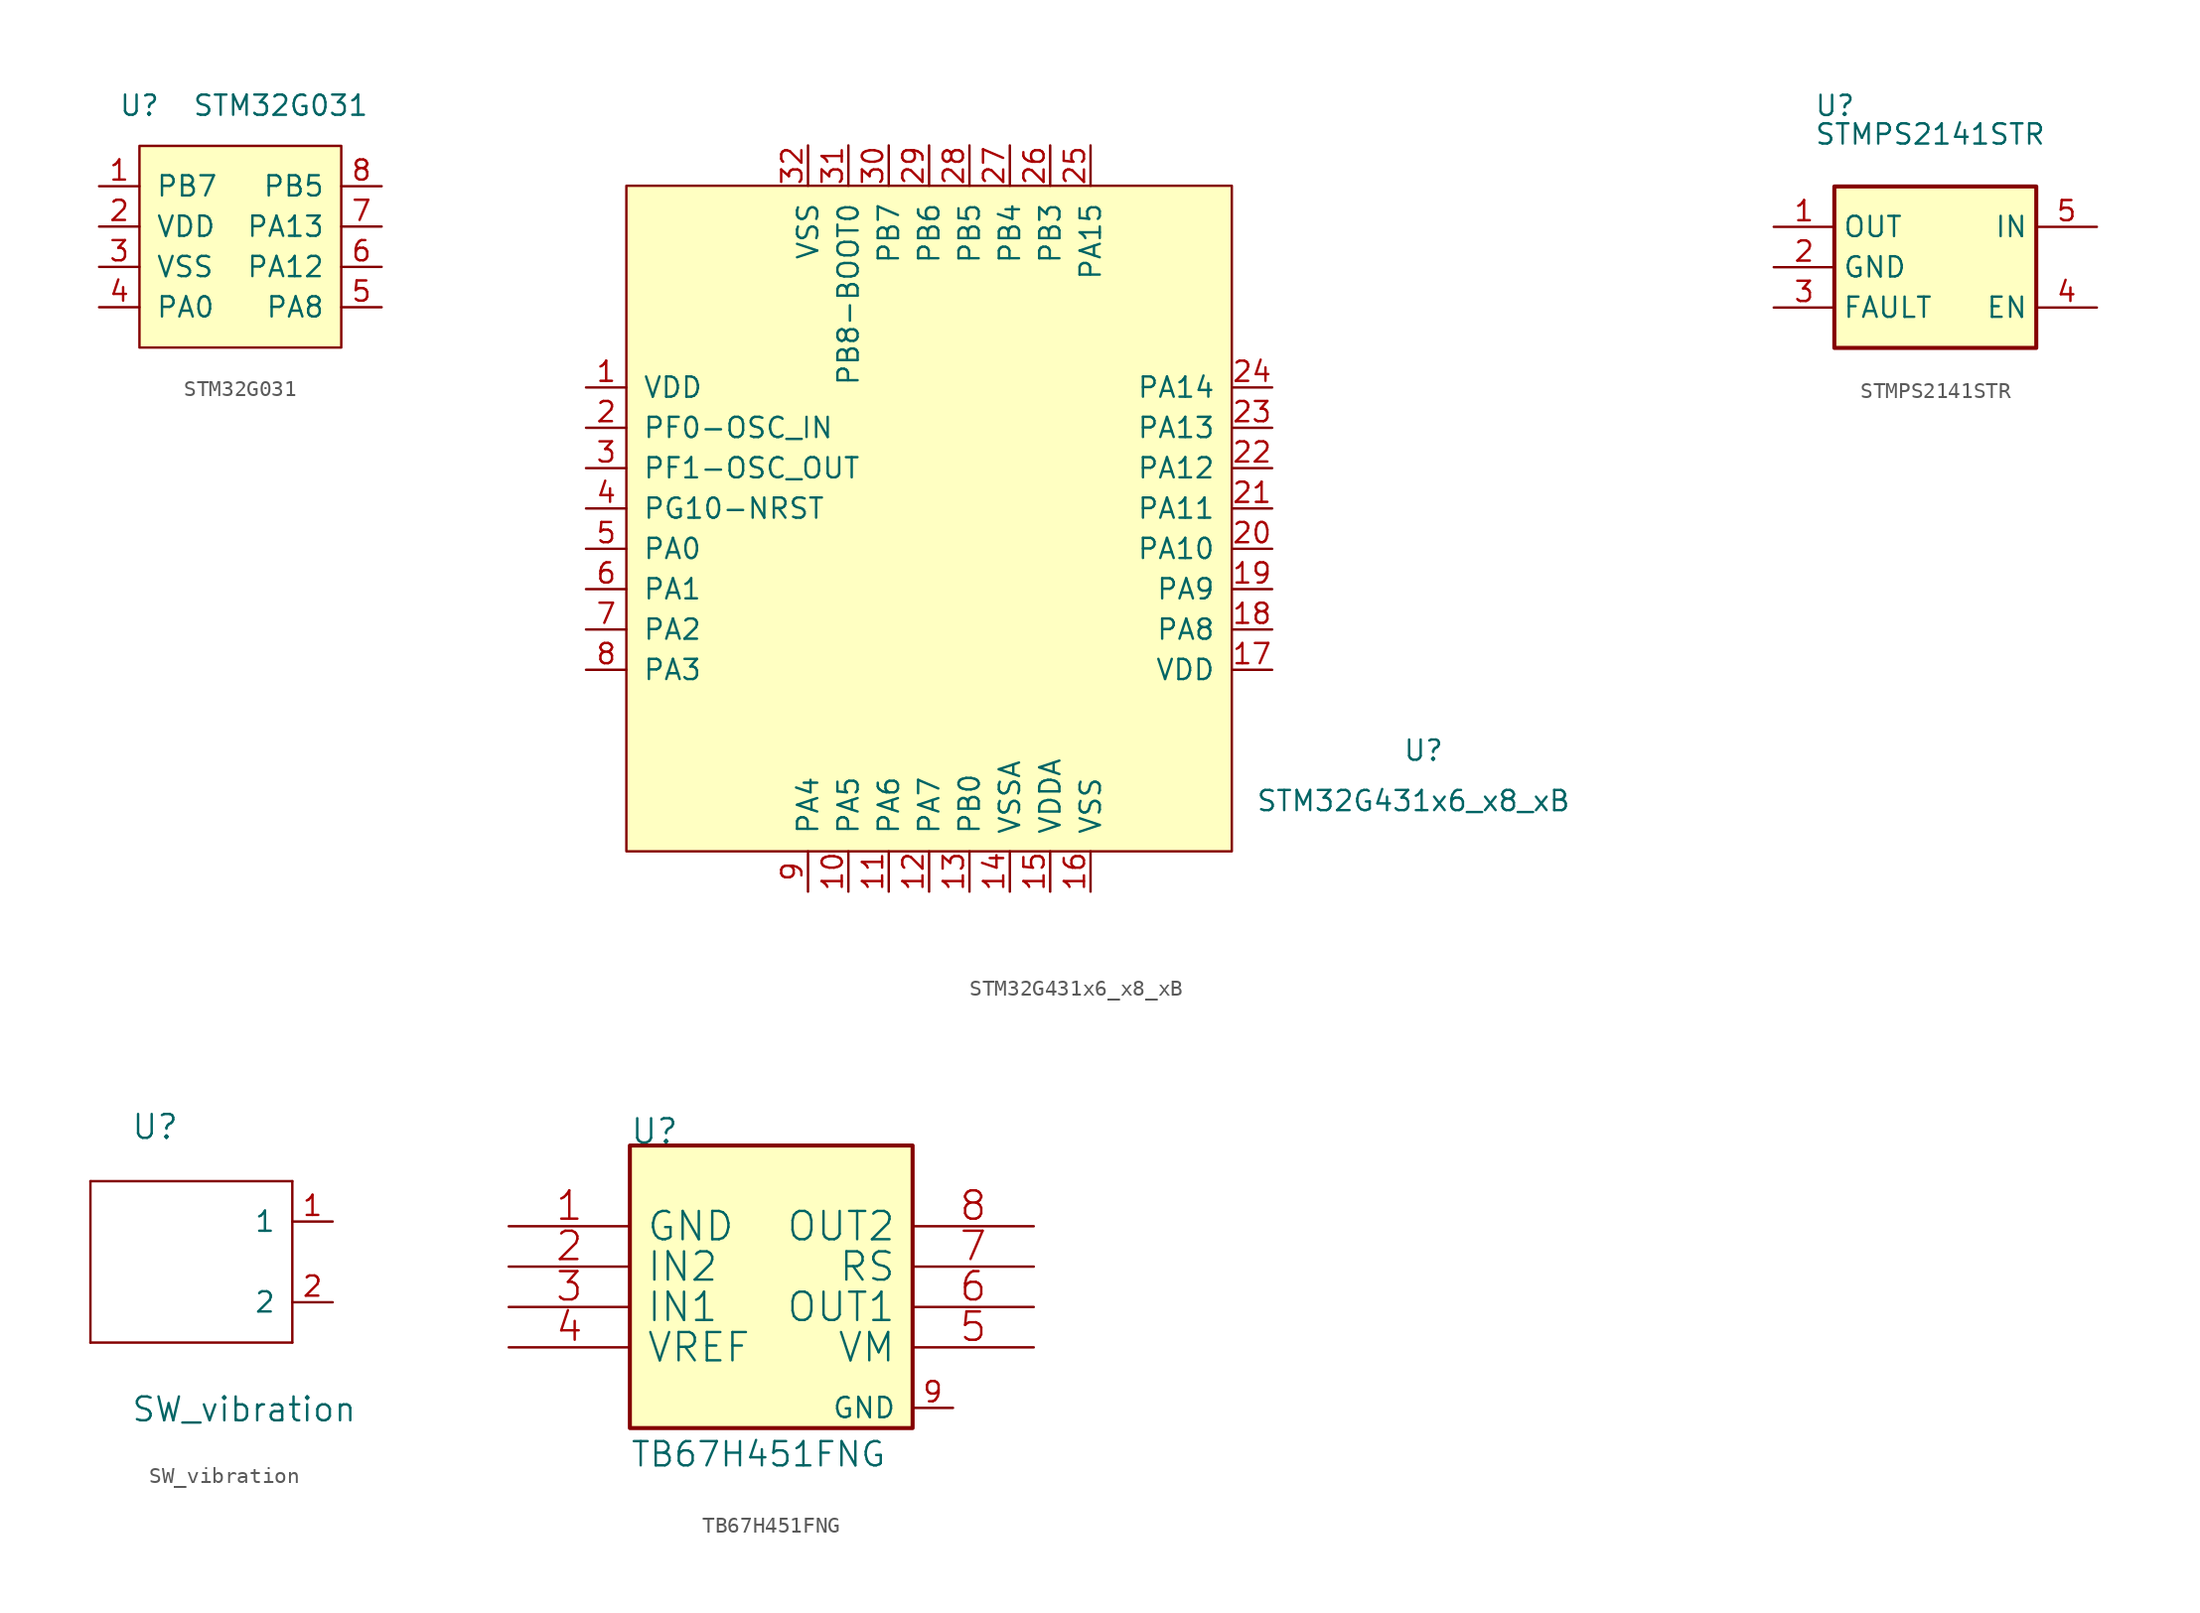
<source format=kicad_sym>
(kicad_symbol_lib
  (version 20201005)
  (generator kicad_symbol_editor)
  (symbol "mSchLibrary:STM32G031"
    (pin_names
      (offset 1.016))
    (property "Reference" "U"
      (at -6.35 8.89 0)
      (effects (font (size 1.27 1.27))))
    (property "Value" "STM32G031"
      (at 2.54 8.89 0)
      (effects (font (size 1.27 1.27))))
    (symbol "STM32G031_0_0"
      (pin unspecified line (at -8.89 3.81 0) (length 2.54) (name "PB7" (effects (font (size 1.27 1.27)))) (number "1" (effects (font (size 1.27 1.27)))))
      (pin power_in line (at -8.89 1.27 0) (length 2.54) (name "VDD" (effects (font (size 1.27 1.27)))) (number "2" (effects (font (size 1.27 1.27)))))
      (pin power_in line (at -8.89 -1.27 0) (length 2.54) (name "VSS" (effects (font (size 1.27 1.27)))) (number "3" (effects (font (size 1.27 1.27)))))
      (pin unspecified line (at -8.89 -3.81 0) (length 2.54) (name "PA0" (effects (font (size 1.27 1.27)))) (number "4" (effects (font (size 1.27 1.27)))))
      (pin unspecified line (at 8.89 -3.81 180) (length 2.54) (name "PA8" (effects (font (size 1.27 1.27)))) (number "5" (effects (font (size 1.27 1.27)))))
      (pin unspecified line (at 8.89 -1.27 180) (length 2.54) (name "PA12" (effects (font (size 1.27 1.27)))) (number "6" (effects (font (size 1.27 1.27)))))
      (pin unspecified line (at 8.89 1.27 180) (length 2.54) (name "PA13" (effects (font (size 1.27 1.27)))) (number "7" (effects (font (size 1.27 1.27)))))
      (pin unspecified line (at 8.89 3.81 180) (length 2.54) (name "PB5" (effects (font (size 1.27 1.27)))) (number "8" (effects (font (size 1.27 1.27))))))
    (symbol "STM32G031_0_1"
      (rectangle (start -6.35 6.35) (end 6.35 -6.35) (stroke (width 0)) (fill (type background)))))
  (symbol "mSchLibrary:STM32G431x6_x8_xB"
    (pin_names
      (offset 1.016))
    (property "Reference" "U"
      (at 29.845 -13.97 0)
      (effects (font (size 1.27 1.27))))
    (property "Value" "STM32G431x6_x8_xB"
      (at 29.21 -17.145 0)
      (effects (font (size 1.27 1.27))))
    (symbol "STM32G431x6_x8_xB_0_0"
      (pin power_in line (at -22.86 8.89 0) (length 2.54) (name "VDD" (effects (font (size 1.27 1.27)))) (number "1" (effects (font (size 1.27 1.27)))))
      (pin bidirectional line (at -6.35 -22.86 90) (length 2.54) (name "PA5" (effects (font (size 1.27 1.27)))) (number "10" (effects (font (size 1.27 1.27)))))
      (pin bidirectional line (at -3.81 -22.86 90) (length 2.54) (name "PA6" (effects (font (size 1.27 1.27)))) (number "11" (effects (font (size 1.27 1.27)))))
      (pin bidirectional line (at -1.27 -22.86 90) (length 2.54) (name "PA7" (effects (font (size 1.27 1.27)))) (number "12" (effects (font (size 1.27 1.27)))))
      (pin bidirectional line (at 1.27 -22.86 90) (length 2.54) (name "PB0" (effects (font (size 1.27 1.27)))) (number "13" (effects (font (size 1.27 1.27)))))
      (pin power_in line (at 3.81 -22.86 90) (length 2.54) (name "VSSA" (effects (font (size 1.27 1.27)))) (number "14" (effects (font (size 1.27 1.27)))))
      (pin power_in line (at 6.35 -22.86 90) (length 2.54) (name "VDDA" (effects (font (size 1.27 1.27)))) (number "15" (effects (font (size 1.27 1.27)))))
      (pin power_in line (at 8.89 -22.86 90) (length 2.54) (name "VSS" (effects (font (size 1.27 1.27)))) (number "16" (effects (font (size 1.27 1.27)))))
      (pin power_in line (at 20.32 -8.89 180) (length 2.54) (name "VDD" (effects (font (size 1.27 1.27)))) (number "17" (effects (font (size 1.27 1.27)))))
      (pin bidirectional line (at 20.32 -6.35 180) (length 2.54) (name "PA8" (effects (font (size 1.27 1.27)))) (number "18" (effects (font (size 1.27 1.27)))))
      (pin bidirectional line (at 20.32 -3.81 180) (length 2.54) (name "PA9" (effects (font (size 1.27 1.27)))) (number "19" (effects (font (size 1.27 1.27)))))
      (pin bidirectional line (at -22.86 6.35 0) (length 2.54) (name "PF0-OSC_IN" (effects (font (size 1.27 1.27)))) (number "2" (effects (font (size 1.27 1.27)))))
      (pin bidirectional line (at 20.32 -1.27 180) (length 2.54) (name "PA10" (effects (font (size 1.27 1.27)))) (number "20" (effects (font (size 1.27 1.27)))))
      (pin bidirectional line (at 20.32 1.27 180) (length 2.54) (name "PA11" (effects (font (size 1.27 1.27)))) (number "21" (effects (font (size 1.27 1.27)))))
      (pin bidirectional line (at 20.32 3.81 180) (length 2.54) (name "PA12" (effects (font (size 1.27 1.27)))) (number "22" (effects (font (size 1.27 1.27)))))
      (pin bidirectional line (at 20.32 6.35 180) (length 2.54) (name "PA13" (effects (font (size 1.27 1.27)))) (number "23" (effects (font (size 1.27 1.27)))))
      (pin bidirectional line (at 20.32 8.89 180) (length 2.54) (name "PA14" (effects (font (size 1.27 1.27)))) (number "24" (effects (font (size 1.27 1.27)))))
      (pin bidirectional line (at 8.89 24.13 270) (length 2.54) (name "PA15" (effects (font (size 1.27 1.27)))) (number "25" (effects (font (size 1.27 1.27)))))
      (pin bidirectional line (at 6.35 24.13 270) (length 2.54) (name "PB3" (effects (font (size 1.27 1.27)))) (number "26" (effects (font (size 1.27 1.27)))))
      (pin bidirectional line (at 3.81 24.13 270) (length 2.54) (name "PB4" (effects (font (size 1.27 1.27)))) (number "27" (effects (font (size 1.27 1.27)))))
      (pin bidirectional line (at 1.27 24.13 270) (length 2.54) (name "PB5" (effects (font (size 1.27 1.27)))) (number "28" (effects (font (size 1.27 1.27)))))
      (pin bidirectional line (at -1.27 24.13 270) (length 2.54) (name "PB6" (effects (font (size 1.27 1.27)))) (number "29" (effects (font (size 1.27 1.27)))))
      (pin bidirectional line (at -22.86 3.81 0) (length 2.54) (name "PF1-OSC_OUT" (effects (font (size 1.27 1.27)))) (number "3" (effects (font (size 1.27 1.27)))))
      (pin bidirectional line (at -3.81 24.13 270) (length 2.54) (name "PB7" (effects (font (size 1.27 1.27)))) (number "30" (effects (font (size 1.27 1.27)))))
      (pin bidirectional line (at -6.35 24.13 270) (length 2.54) (name "PB8-BOOT0" (effects (font (size 1.27 1.27)))) (number "31" (effects (font (size 1.27 1.27)))))
      (pin power_in line (at -8.89 24.13 270) (length 2.54) (name "VSS" (effects (font (size 1.27 1.27)))) (number "32" (effects (font (size 1.27 1.27)))))
      (pin bidirectional line (at -22.86 1.27 0) (length 2.54) (name "PG10-NRST" (effects (font (size 1.27 1.27)))) (number "4" (effects (font (size 1.27 1.27)))))
      (pin bidirectional line (at -22.86 -1.27 0) (length 2.54) (name "PA0" (effects (font (size 1.27 1.27)))) (number "5" (effects (font (size 1.27 1.27)))))
      (pin bidirectional line (at -22.86 -3.81 0) (length 2.54) (name "PA1" (effects (font (size 1.27 1.27)))) (number "6" (effects (font (size 1.27 1.27)))))
      (pin bidirectional line (at -22.86 -6.35 0) (length 2.54) (name "PA2" (effects (font (size 1.27 1.27)))) (number "7" (effects (font (size 1.27 1.27)))))
      (pin bidirectional line (at -22.86 -8.89 0) (length 2.54) (name "PA3" (effects (font (size 1.27 1.27)))) (number "8" (effects (font (size 1.27 1.27)))))
      (pin bidirectional line (at -8.89 -22.86 90) (length 2.54) (name "PA4" (effects (font (size 1.27 1.27)))) (number "9" (effects (font (size 1.27 1.27))))))
    (symbol "STM32G431x6_x8_xB_0_1"
      (rectangle (start -20.32 21.59) (end 17.78 -20.32) (stroke (width 0)) (fill (type background)))))
  (symbol "mSchLibrary:STMPS2141STR"
    (property "Reference" "U"
      (at -7.62 10.16 0)
      (effects (font (size 1.27 1.27)) (justify left)))
    (property "Value" "STMPS2141STR"
      (at -7.62 7.62 0)
      (effects (font (size 1.27 1.27)) (justify left bottom)))
    (symbol "STMPS2141STR_0_1"
      (rectangle (start 6.35 5.08) (end -6.35 -5.08) (stroke (width 0.254)) (fill (type background))))
    (symbol "STMPS2141STR_1_1"
      (pin power_out line (at -10.16 2.54 0) (length 3.81) (name "OUT" (effects (font (size 1.27 1.27)))) (number "1" (effects (font (size 1.27 1.27)))))
      (pin power_in line (at -10.16 0 0) (length 3.81) (name "GND" (effects (font (size 1.27 1.27)))) (number "2" (effects (font (size 1.27 1.27)))))
      (pin passive line (at -10.16 -2.54 0) (length 3.81) (name "FAULT" (effects (font (size 1.27 1.27)))) (number "3" (effects (font (size 1.27 1.27)))))
      (pin input line (at 10.16 -2.54 180) (length 3.81) (name "EN" (effects (font (size 1.27 1.27)))) (number "4" (effects (font (size 1.27 1.27)))))
      (pin input line (at 10.16 2.54 180) (length 3.81) (name "IN" (effects (font (size 1.27 1.27)))) (number "5" (effects (font (size 1.27 1.27)))))))
  (symbol "mSchLibrary:SW_vibration"
    (pin_names
      (offset 1.016))
    (property "Reference" "U"
      (at -5.08 7.62 0)
      (effects (font (size 1.499 1.499)) (justify left bottom)))
    (property "Value" "SW_vibration"
      (at -5.08 -10.16 0)
      (effects (font (size 1.499 1.499)) (justify left bottom)))
    (symbol "SW_vibration_1_0"
      (polyline (pts (xy -7.62 -5.08) (xy -7.62 5.08)) (stroke (width 0)) (fill (type none)))
      (polyline (pts (xy -7.62 5.08) (xy 5.08 5.08)) (stroke (width 0)) (fill (type none)))
      (polyline (pts (xy 5.08 -5.08) (xy -7.62 -5.08)) (stroke (width 0)) (fill (type none)))
      (polyline (pts (xy 5.08 5.08) (xy 5.08 -5.08)) (stroke (width 0)) (fill (type none)))
      (pin bidirectional line (at 7.62 2.54 180) (length 2.54) (name "1" (effects (font (size 1.27 1.27)))) (number "1" (effects (font (size 1.27 1.27)))))
      (pin bidirectional line (at 7.62 -2.54 180) (length 2.54) (name "2" (effects (font (size 1.27 1.27)))) (number "2" (effects (font (size 1.27 1.27)))))))
  (symbol "mSchLibrary:TB67H451FNG"
    (pin_names
      (offset 1.016))
    (property "Reference" "U"
      (at -8.89 8.89 0)
      (effects (font (size 1.524 1.524)) (justify left bottom)))
    (property "Value" "TB67H451FNG"
      (at -8.89 -11.43 0)
      (effects (font (size 1.524 1.524)) (justify left bottom)))
    (symbol "TB67H451FNG_0_0"
      (pin power_in line (at 11.43 -7.62 180) (length 2.54) (name "GND" (effects (font (size 1.27 1.27)))) (number "9" (effects (font (size 1.27 1.27))))))
    (symbol "TB67H451FNG_0_1"
      (rectangle (start -8.89 -8.89) (end 8.89 8.89) (stroke (width 0.254)) (fill (type background)))
      (pin power_in line (at -16.51 3.81 0) (length 7.62) (name "GND" (effects (font (size 1.778 1.778)))) (number "1" (effects (font (size 1.778 1.778)))))
      (pin input line (at -16.51 1.27 0) (length 7.62) (name "IN2" (effects (font (size 1.778 1.778)))) (number "2" (effects (font (size 1.778 1.778)))))
      (pin input line (at -16.51 -1.27 0) (length 7.62) (name "IN1" (effects (font (size 1.778 1.778)))) (number "3" (effects (font (size 1.778 1.778)))))
      (pin power_in line (at -16.51 -3.81 0) (length 7.62) (name "VREF" (effects (font (size 1.778 1.778)))) (number "4" (effects (font (size 1.778 1.778)))))
      (pin power_in line (at 16.51 -3.81 180) (length 7.62) (name "VM" (effects (font (size 1.778 1.778)))) (number "5" (effects (font (size 1.778 1.778)))))
      (pin output line (at 16.51 -1.27 180) (length 7.62) (name "OUT1" (effects (font (size 1.778 1.778)))) (number "6" (effects (font (size 1.778 1.778)))))
      (pin input line (at 16.51 1.27 180) (length 7.62) (name "RS" (effects (font (size 1.778 1.778)))) (number "7" (effects (font (size 1.778 1.778)))))
      (pin output line (at 16.51 3.81 180) (length 7.62) (name "OUT2" (effects (font (size 1.778 1.778)))) (number "8" (effects (font (size 1.778 1.778))))))))
</source>
